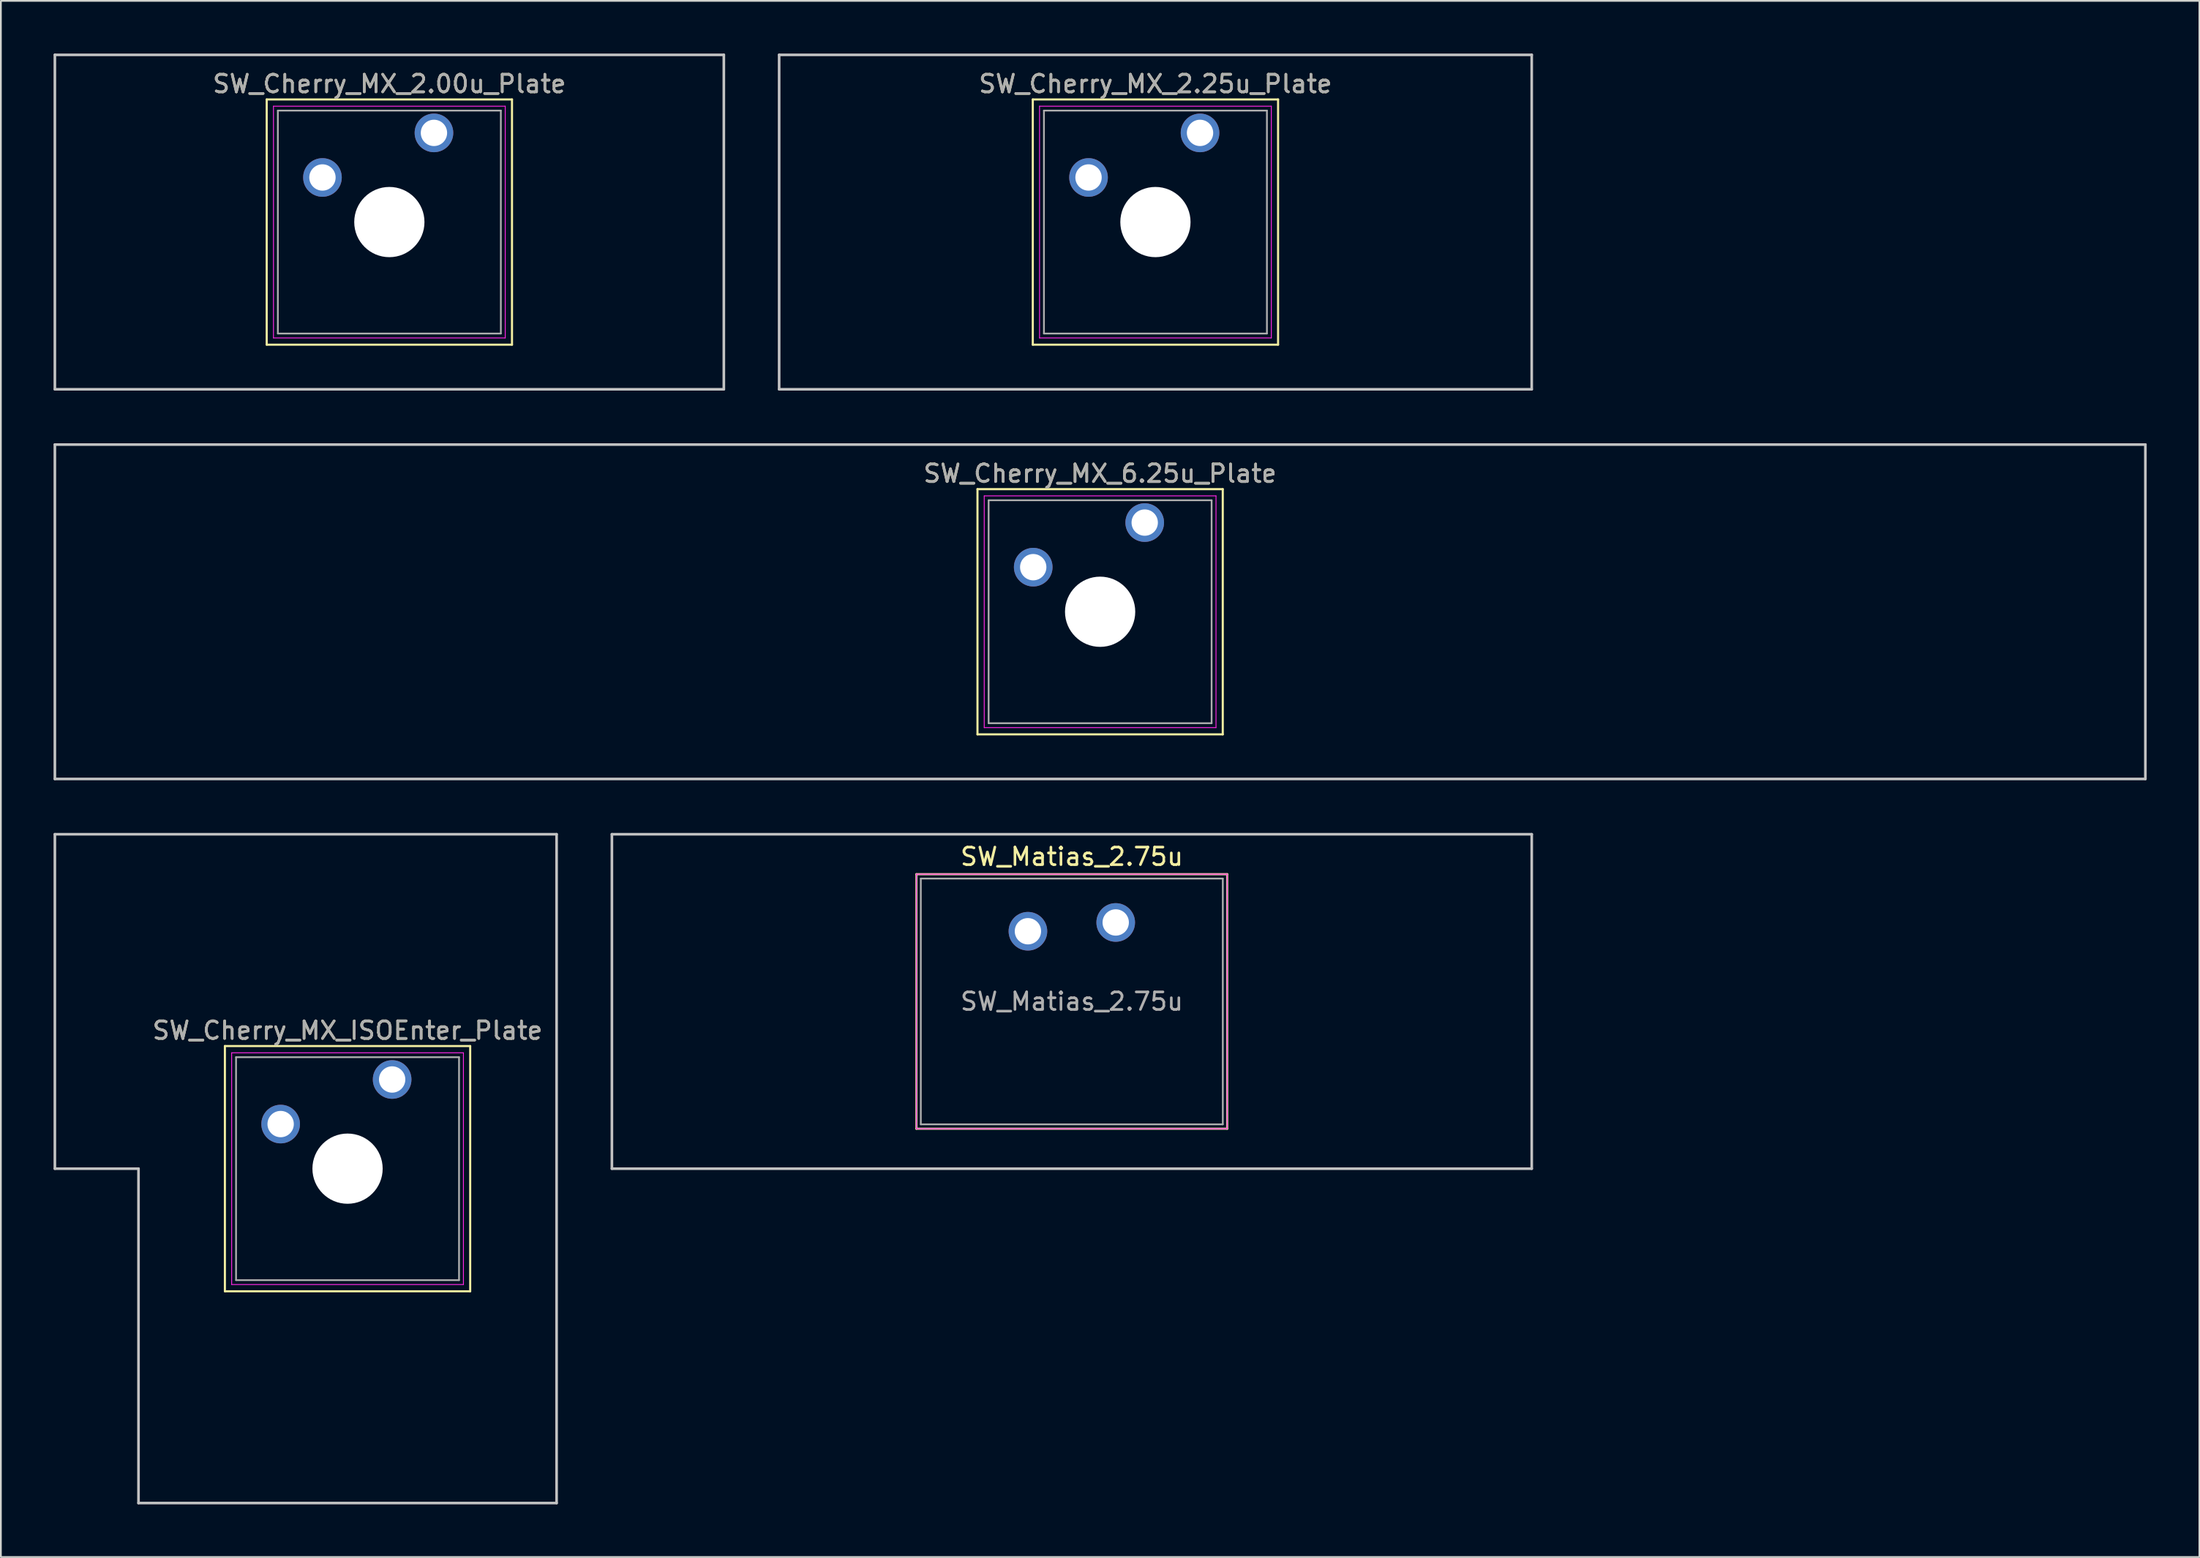
<source format=kicad_pcb>
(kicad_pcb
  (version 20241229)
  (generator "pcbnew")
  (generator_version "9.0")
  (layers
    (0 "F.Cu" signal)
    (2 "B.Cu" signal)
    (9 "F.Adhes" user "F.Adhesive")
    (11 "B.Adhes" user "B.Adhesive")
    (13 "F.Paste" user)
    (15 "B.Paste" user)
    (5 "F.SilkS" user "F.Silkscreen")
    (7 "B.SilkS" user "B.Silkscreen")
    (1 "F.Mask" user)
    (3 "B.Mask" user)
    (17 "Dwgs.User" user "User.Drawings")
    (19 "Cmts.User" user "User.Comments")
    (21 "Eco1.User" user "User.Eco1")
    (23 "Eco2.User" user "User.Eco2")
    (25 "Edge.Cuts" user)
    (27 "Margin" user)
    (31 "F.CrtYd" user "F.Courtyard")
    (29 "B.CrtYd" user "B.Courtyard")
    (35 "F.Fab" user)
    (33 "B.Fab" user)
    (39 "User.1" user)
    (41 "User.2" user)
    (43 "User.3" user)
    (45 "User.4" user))
  (footprint "SW_Cherry_MX_ISOEnter_Plate"
    (layer "F.Cu")
    (at 19.284 58.445)
    (property "Reference" "SW_Cherry_MX_ISOEnter_Plate" (at -2.54 -2.794 0) (layer "F.SilkS") (effects (font (size 1 1) (thickness 0.15))))
    (attr through_hole)
    (fp_line (start -9.525 -1.905) (end 4.445 -1.905) (stroke (width 0.12) (type solid)) (layer "F.SilkS"))
    (fp_line (start -9.525 12.065) (end -9.525 -1.905) (stroke (width 0.12) (type solid)) (layer "F.SilkS"))
    (fp_line (start 4.445 -1.905) (end 4.445 12.065) (stroke (width 0.12) (type solid)) (layer "F.SilkS"))
    (fp_line (start 4.445 12.065) (end -9.525 12.065) (stroke (width 0.12) (type solid)) (layer "F.SilkS"))
    (fp_line (start -19.209 -13.97) (end 9.366 -13.97) (stroke (width 0.15) (type solid)) (layer "Dwgs.User"))
    (fp_line (start -19.209 5.08) (end -19.209 -13.97) (stroke (width 0.15) (type solid)) (layer "Dwgs.User"))
    (fp_line (start -14.446 5.08) (end -19.209 5.08) (stroke (width 0.15) (type solid)) (layer "Dwgs.User"))
    (fp_line (start -14.446 24.13) (end -14.446 5.08) (stroke (width 0.15) (type solid)) (layer "Dwgs.User"))
    (fp_line (start 9.366 -13.97) (end 9.366 24.13) (stroke (width 0.15) (type solid)) (layer "Dwgs.User"))
    (fp_line (start 9.366 24.13) (end -14.446 24.13) (stroke (width 0.15) (type solid)) (layer "Dwgs.User"))
    (fp_line (start -9.14 -1.52) (end 4.06 -1.52) (stroke (width 0.05) (type solid)) (layer "F.CrtYd"))
    (fp_line (start -9.14 11.68) (end -9.14 -1.52) (stroke (width 0.05) (type solid)) (layer "F.CrtYd"))
    (fp_line (start 4.06 -1.52) (end 4.06 11.68) (stroke (width 0.05) (type solid)) (layer "F.CrtYd"))
    (fp_line (start 4.06 11.68) (end -9.14 11.68) (stroke (width 0.05) (type solid)) (layer "F.CrtYd"))
    (fp_line (start -8.89 -1.27) (end 3.81 -1.27) (stroke (width 0.1) (type solid)) (layer "F.Fab"))
    (fp_line (start -8.89 11.43) (end -8.89 -1.27) (stroke (width 0.1) (type solid)) (layer "F.Fab"))
    (fp_line (start 3.81 -1.27) (end 3.81 11.43) (stroke (width 0.1) (type solid)) (layer "F.Fab"))
    (fp_line (start 3.81 11.43) (end -8.89 11.43) (stroke (width 0.1) (type solid)) (layer "F.Fab"))
    (fp_text user "${REFERENCE}" (at -2.54 -2.794 0) (layer "F.Fab") (effects (font (size 1 1) (thickness 0.15))))
    (pad "" np_thru_hole circle (at -2.54 5.08) (size 4 4) (drill 4) (layers "*.Cu" "*.Mask"))
    (pad "1" thru_hole circle (at 0 0) (size 2.2 2.2) (drill 1.5) (layers "*.Cu" "*.Mask"))
    (pad "2" thru_hole circle (at -6.35 2.54) (size 2.2 2.2) (drill 1.5) (layers "*.Cu" "*.Mask")))
  (footprint "SW_Cherry_MX_2.00u_Plate"
    (layer "F.Cu")
    (at 21.665 4.52)
    (property "Reference" "SW_Cherry_MX_2.00u_Plate" (at -2.54 -2.794 0) (layer "F.SilkS") (effects (font (size 1 1) (thickness 0.15))))
    (attr through_hole)
    (fp_line (start -9.525 -1.905) (end 4.445 -1.905) (stroke (width 0.12) (type solid)) (layer "F.SilkS"))
    (fp_line (start -9.525 12.065) (end -9.525 -1.905) (stroke (width 0.12) (type solid)) (layer "F.SilkS"))
    (fp_line (start 4.445 -1.905) (end 4.445 12.065) (stroke (width 0.12) (type solid)) (layer "F.SilkS"))
    (fp_line (start 4.445 12.065) (end -9.525 12.065) (stroke (width 0.12) (type solid)) (layer "F.SilkS"))
    (fp_line (start -21.59 -4.445) (end 16.51 -4.445) (stroke (width 0.15) (type solid)) (layer "Dwgs.User"))
    (fp_line (start -21.59 14.605) (end -21.59 -4.445) (stroke (width 0.15) (type solid)) (layer "Dwgs.User"))
    (fp_line (start 16.51 -4.445) (end 16.51 14.605) (stroke (width 0.15) (type solid)) (layer "Dwgs.User"))
    (fp_line (start 16.51 14.605) (end -21.59 14.605) (stroke (width 0.15) (type solid)) (layer "Dwgs.User"))
    (fp_line (start -9.14 -1.52) (end 4.06 -1.52) (stroke (width 0.05) (type solid)) (layer "F.CrtYd"))
    (fp_line (start -9.14 11.68) (end -9.14 -1.52) (stroke (width 0.05) (type solid)) (layer "F.CrtYd"))
    (fp_line (start 4.06 -1.52) (end 4.06 11.68) (stroke (width 0.05) (type solid)) (layer "F.CrtYd"))
    (fp_line (start 4.06 11.68) (end -9.14 11.68) (stroke (width 0.05) (type solid)) (layer "F.CrtYd"))
    (fp_line (start -8.89 -1.27) (end 3.81 -1.27) (stroke (width 0.1) (type solid)) (layer "F.Fab"))
    (fp_line (start -8.89 11.43) (end -8.89 -1.27) (stroke (width 0.1) (type solid)) (layer "F.Fab"))
    (fp_line (start 3.81 -1.27) (end 3.81 11.43) (stroke (width 0.1) (type solid)) (layer "F.Fab"))
    (fp_line (start 3.81 11.43) (end -8.89 11.43) (stroke (width 0.1) (type solid)) (layer "F.Fab"))
    (fp_text user "${REFERENCE}" (at -2.54 -2.794 0) (layer "F.Fab") (effects (font (size 1 1) (thickness 0.15))))
    (pad "" np_thru_hole circle (at -2.54 5.08) (size 4 4) (drill 4) (layers "*.Cu" "*.Mask"))
    (pad "1" thru_hole circle (at 0 0) (size 2.2 2.2) (drill 1.5) (layers "*.Cu" "*.Mask"))
    (pad "2" thru_hole circle (at -6.35 2.54) (size 2.2 2.2) (drill 1.5) (layers "*.Cu" "*.Mask")))
  (footprint "SW_Matias_2.75u"
    (layer "F.Cu")
    (at 60.494 49.5)
    (property "Reference" "SW_Matias_2.75u" (at -2.5 -3.75 0) (layer "F.SilkS") (effects (font (size 1 1) (thickness 0.15))))
    (attr through_hole)
    (fp_line (start -11.35 -2.75) (end 6.35 -2.75) (stroke (width 0.12) (type solid)) (layer "F.SilkS"))
    (fp_line (start -11.35 11.75) (end -11.35 -2.75) (stroke (width 0.12) (type solid)) (layer "F.SilkS"))
    (fp_line (start 6.35 -2.75) (end 6.35 11.75) (stroke (width 0.12) (type solid)) (layer "F.SilkS"))
    (fp_line (start 6.35 11.75) (end -11.35 11.75) (stroke (width 0.12) (type solid)) (layer "F.SilkS"))
    (fp_line (start -28.694 -5.025) (end 23.694 -5.025) (stroke (width 0.15) (type solid)) (layer "Dwgs.User"))
    (fp_line (start -28.694 14.025) (end -28.694 -5.025) (stroke (width 0.15) (type solid)) (layer "Dwgs.User"))
    (fp_line (start 23.694 -5.025) (end 23.694 14.025) (stroke (width 0.15) (type solid)) (layer "Dwgs.User"))
    (fp_line (start 23.694 14.025) (end -28.694 14.025) (stroke (width 0.15) (type solid)) (layer "Dwgs.User"))
    (fp_line (start -11.35 -2.75) (end -11.35 11.75) (stroke (width 0.05) (type solid)) (layer "F.CrtYd"))
    (fp_line (start -11.35 -2.75) (end 6.35 -2.75) (stroke (width 0.05) (type solid)) (layer "F.CrtYd"))
    (fp_line (start -11.35 11.75) (end 6.35 11.75) (stroke (width 0.05) (type solid)) (layer "F.CrtYd"))
    (fp_line (start 6.35 11.75) (end 6.35 -2.75) (stroke (width 0.05) (type solid)) (layer "F.CrtYd"))
    (fp_line (start -11.1 -2.5) (end 6.1 -2.5) (stroke (width 0.1) (type solid)) (layer "F.Fab"))
    (fp_line (start -11.1 11.5) (end -11.1 -2.5) (stroke (width 0.1) (type solid)) (layer "F.Fab"))
    (fp_line (start 6.1 -2.5) (end 6.1 11.5) (stroke (width 0.1) (type solid)) (layer "F.Fab"))
    (fp_line (start 6.1 11.5) (end -11.1 11.5) (stroke (width 0.1) (type solid)) (layer "F.Fab"))
    (fp_text user "${REFERENCE}" (at -2.5 4.5 0) (layer "F.Fab") (effects (font (size 1 1) (thickness 0.15))))
    (pad "1" thru_hole circle (at 0 0) (size 2.2 2.2) (drill 1.5) (layers "*.Cu" "*.Mask"))
    (pad "2" thru_hole circle (at -5 0.5) (size 2.2 2.2) (drill 1.5) (layers "*.Cu" "*.Mask")))
  (footprint "SW_Cherry_MX_2.25u_Plate"
    (layer "F.Cu")
    (at 65.296 4.52)
    (property "Reference" "SW_Cherry_MX_2.25u_Plate" (at -2.54 -2.794 0) (layer "F.SilkS") (effects (font (size 1 1) (thickness 0.15))))
    (attr through_hole)
    (fp_line (start -9.525 -1.905) (end 4.445 -1.905) (stroke (width 0.12) (type solid)) (layer "F.SilkS"))
    (fp_line (start -9.525 12.065) (end -9.525 -1.905) (stroke (width 0.12) (type solid)) (layer "F.SilkS"))
    (fp_line (start 4.445 -1.905) (end 4.445 12.065) (stroke (width 0.12) (type solid)) (layer "F.SilkS"))
    (fp_line (start 4.445 12.065) (end -9.525 12.065) (stroke (width 0.12) (type solid)) (layer "F.SilkS"))
    (fp_line (start -23.971 -4.445) (end 18.891 -4.445) (stroke (width 0.15) (type solid)) (layer "Dwgs.User"))
    (fp_line (start -23.971 14.605) (end -23.971 -4.445) (stroke (width 0.15) (type solid)) (layer "Dwgs.User"))
    (fp_line (start 18.891 -4.445) (end 18.891 14.605) (stroke (width 0.15) (type solid)) (layer "Dwgs.User"))
    (fp_line (start 18.891 14.605) (end -23.971 14.605) (stroke (width 0.15) (type solid)) (layer "Dwgs.User"))
    (fp_line (start -9.14 -1.52) (end 4.06 -1.52) (stroke (width 0.05) (type solid)) (layer "F.CrtYd"))
    (fp_line (start -9.14 11.68) (end -9.14 -1.52) (stroke (width 0.05) (type solid)) (layer "F.CrtYd"))
    (fp_line (start 4.06 -1.52) (end 4.06 11.68) (stroke (width 0.05) (type solid)) (layer "F.CrtYd"))
    (fp_line (start 4.06 11.68) (end -9.14 11.68) (stroke (width 0.05) (type solid)) (layer "F.CrtYd"))
    (fp_line (start -8.89 -1.27) (end 3.81 -1.27) (stroke (width 0.1) (type solid)) (layer "F.Fab"))
    (fp_line (start -8.89 11.43) (end -8.89 -1.27) (stroke (width 0.1) (type solid)) (layer "F.Fab"))
    (fp_line (start 3.81 -1.27) (end 3.81 11.43) (stroke (width 0.1) (type solid)) (layer "F.Fab"))
    (fp_line (start 3.81 11.43) (end -8.89 11.43) (stroke (width 0.1) (type solid)) (layer "F.Fab"))
    (fp_text user "${REFERENCE}" (at -2.54 -2.794 0) (layer "F.Fab") (effects (font (size 1 1) (thickness 0.15))))
    (pad "" np_thru_hole circle (at -2.54 5.08) (size 4 4) (drill 4) (layers "*.Cu" "*.Mask"))
    (pad "1" thru_hole circle (at 0 0) (size 2.2 2.2) (drill 1.5) (layers "*.Cu" "*.Mask"))
    (pad "2" thru_hole circle (at -6.35 2.54) (size 2.2 2.2) (drill 1.5) (layers "*.Cu" "*.Mask")))
  (footprint "SW_Cherry_MX_6.25u_Plate"
    (layer "F.Cu")
    (at 62.146 26.72)
    (property "Reference" "SW_Cherry_MX_6.25u_Plate" (at -2.54 -2.794 0) (layer "F.SilkS") (effects (font (size 1 1) (thickness 0.15))))
    (attr through_hole)
    (fp_line (start -9.525 -1.905) (end 4.445 -1.905) (stroke (width 0.12) (type solid)) (layer "F.SilkS"))
    (fp_line (start -9.525 12.065) (end -9.525 -1.905) (stroke (width 0.12) (type solid)) (layer "F.SilkS"))
    (fp_line (start 4.445 -1.905) (end 4.445 12.065) (stroke (width 0.12) (type solid)) (layer "F.SilkS"))
    (fp_line (start 4.445 12.065) (end -9.525 12.065) (stroke (width 0.12) (type solid)) (layer "F.SilkS"))
    (fp_line (start -62.071 -4.445) (end 56.991 -4.445) (stroke (width 0.15) (type solid)) (layer "Dwgs.User"))
    (fp_line (start -62.071 14.605) (end -62.071 -4.445) (stroke (width 0.15) (type solid)) (layer "Dwgs.User"))
    (fp_line (start 56.991 -4.445) (end 56.991 14.605) (stroke (width 0.15) (type solid)) (layer "Dwgs.User"))
    (fp_line (start 56.991 14.605) (end -62.071 14.605) (stroke (width 0.15) (type solid)) (layer "Dwgs.User"))
    (fp_line (start -9.14 -1.52) (end 4.06 -1.52) (stroke (width 0.05) (type solid)) (layer "F.CrtYd"))
    (fp_line (start -9.14 11.68) (end -9.14 -1.52) (stroke (width 0.05) (type solid)) (layer "F.CrtYd"))
    (fp_line (start 4.06 -1.52) (end 4.06 11.68) (stroke (width 0.05) (type solid)) (layer "F.CrtYd"))
    (fp_line (start 4.06 11.68) (end -9.14 11.68) (stroke (width 0.05) (type solid)) (layer "F.CrtYd"))
    (fp_line (start -8.89 -1.27) (end 3.81 -1.27) (stroke (width 0.1) (type solid)) (layer "F.Fab"))
    (fp_line (start -8.89 11.43) (end -8.89 -1.27) (stroke (width 0.1) (type solid)) (layer "F.Fab"))
    (fp_line (start 3.81 -1.27) (end 3.81 11.43) (stroke (width 0.1) (type solid)) (layer "F.Fab"))
    (fp_line (start 3.81 11.43) (end -8.89 11.43) (stroke (width 0.1) (type solid)) (layer "F.Fab"))
    (fp_text user "${REFERENCE}" (at -2.54 -2.794 0) (layer "F.Fab") (effects (font (size 1 1) (thickness 0.15))))
    (pad "" np_thru_hole circle (at -2.54 5.08) (size 4 4) (drill 4) (layers "*.Cu" "*.Mask"))
    (pad "1" thru_hole circle (at 0 0) (size 2.2 2.2) (drill 1.5) (layers "*.Cu" "*.Mask"))
    (pad "2" thru_hole circle (at -6.35 2.54) (size 2.2 2.2) (drill 1.5) (layers "*.Cu" "*.Mask")))
  (gr_rect
    (start -3 -3)
    (end 122.213 85.65)
    (stroke (width 0.1) (type default))
    (fill no)
    (layer "Edge.Cuts")))
</source>
